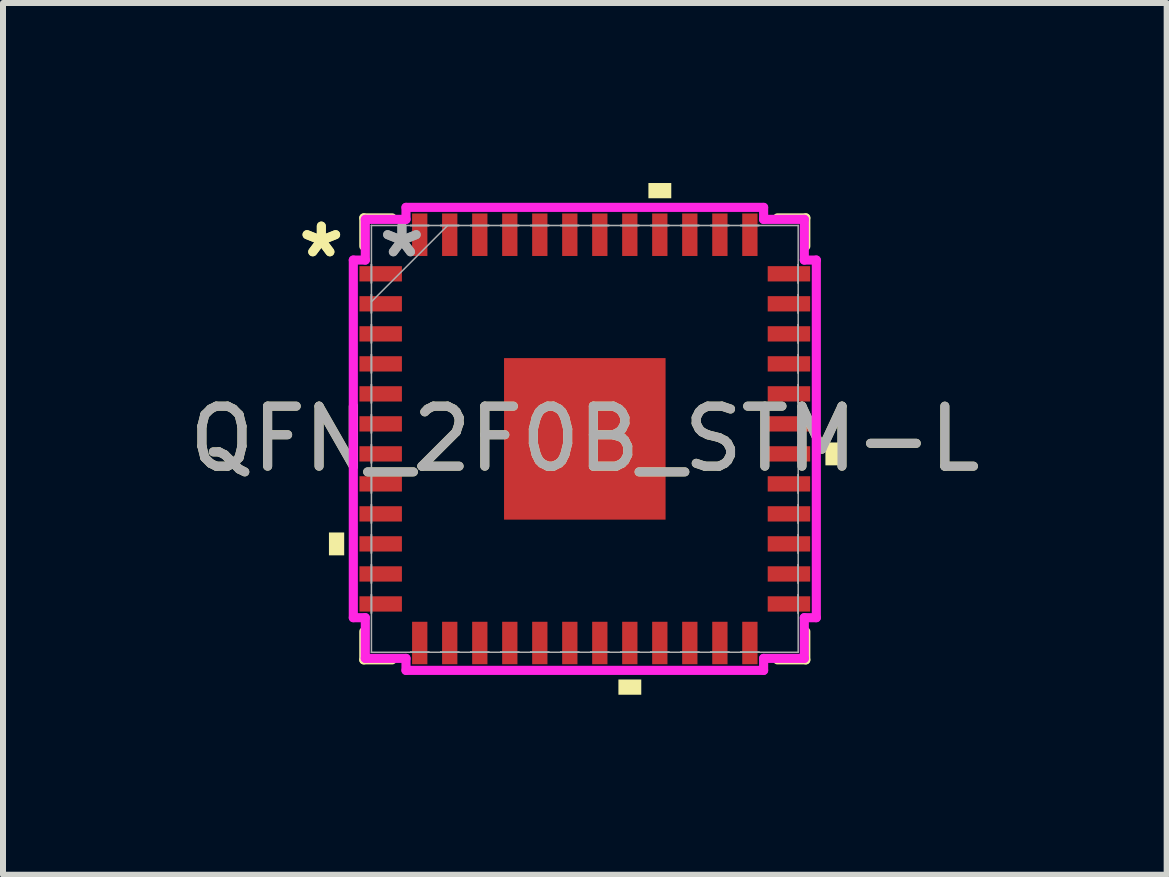
<source format=kicad_pcb>
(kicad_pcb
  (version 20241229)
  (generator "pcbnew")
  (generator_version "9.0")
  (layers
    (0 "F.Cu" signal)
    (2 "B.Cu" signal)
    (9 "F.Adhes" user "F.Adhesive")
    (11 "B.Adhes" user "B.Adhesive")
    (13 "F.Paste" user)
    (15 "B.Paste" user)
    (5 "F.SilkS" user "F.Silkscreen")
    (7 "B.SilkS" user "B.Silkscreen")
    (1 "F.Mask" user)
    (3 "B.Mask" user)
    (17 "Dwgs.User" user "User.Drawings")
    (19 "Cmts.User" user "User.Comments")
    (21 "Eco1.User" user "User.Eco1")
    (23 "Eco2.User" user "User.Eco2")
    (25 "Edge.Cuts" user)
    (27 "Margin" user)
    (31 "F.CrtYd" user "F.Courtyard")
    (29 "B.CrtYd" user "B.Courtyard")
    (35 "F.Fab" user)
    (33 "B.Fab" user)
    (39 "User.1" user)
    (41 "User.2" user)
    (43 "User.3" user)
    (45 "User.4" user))
  (footprint "QFN_2F0B_STM-L"
    (layer "F.Cu")
    (at 6.696 4.264)
    (property "Reference" "QFN_2F0B_STM-L" (at 0 0 0) (unlocked yes) (layer "F.SilkS") (effects (font (size 1 1) (thickness 0.15))))
    (attr smd)
    (fp_line (start -3.683 -3.683) (end -3.683 -3.211) (stroke (width 0.152) (type solid)) (layer "F.SilkS"))
    (fp_line (start -3.683 3.211) (end -3.683 3.683) (stroke (width 0.152) (type solid)) (layer "F.SilkS"))
    (fp_line (start -3.683 3.683) (end -3.211 3.683) (stroke (width 0.152) (type solid)) (layer "F.SilkS"))
    (fp_line (start -3.211 -3.683) (end -3.683 -3.683) (stroke (width 0.152) (type solid)) (layer "F.SilkS"))
    (fp_line (start 3.211 3.683) (end 3.683 3.683) (stroke (width 0.152) (type solid)) (layer "F.SilkS"))
    (fp_line (start 3.683 -3.683) (end 3.211 -3.683) (stroke (width 0.152) (type solid)) (layer "F.SilkS"))
    (fp_line (start 3.683 -3.211) (end 3.683 -3.683) (stroke (width 0.152) (type solid)) (layer "F.SilkS"))
    (fp_line (start 3.683 3.683) (end 3.683 3.211) (stroke (width 0.152) (type solid)) (layer "F.SilkS"))
    (fp_poly (pts (xy -4.264 1.56) (xy -4.264 1.941) (xy -4.01 1.941) (xy -4.01 1.56)) (stroke (width 0) (type solid)) (fill yes) (layer "F.SilkS"))
    (fp_poly (pts (xy 0.56 4.01) (xy 0.56 4.264) (xy 0.941 4.264) (xy 0.941 4.01)) (stroke (width 0) (type solid)) (fill yes) (layer "F.SilkS"))
    (fp_poly (pts (xy 1.06 -4.01) (xy 1.06 -4.264) (xy 1.441 -4.264) (xy 1.441 -4.01)) (stroke (width 0) (type solid)) (fill yes) (layer "F.SilkS"))
    (fp_poly (pts (xy 4.264 0.06) (xy 4.264 0.441) (xy 4.01 0.441) (xy 4.01 0.06)) (stroke (width 0) (type solid)) (fill yes) (layer "F.SilkS"))
    (fp_poly (pts (xy -1.246 -1.246) (xy -1.246 -0.1) (xy -0.1 -0.1) (xy -0.1 -1.246)) (stroke (width 0) (type solid)) (fill yes) (layer "F.Paste"))
    (fp_poly (pts (xy -1.246 0.1) (xy -1.246 1.246) (xy -0.1 1.246) (xy -0.1 0.1)) (stroke (width 0) (type solid)) (fill yes) (layer "F.Paste"))
    (fp_poly (pts (xy 0.1 -1.246) (xy 0.1 -0.1) (xy 1.246 -0.1) (xy 1.246 -1.246)) (stroke (width 0) (type solid)) (fill yes) (layer "F.Paste"))
    (fp_poly (pts (xy 0.1 0.1) (xy 0.1 1.246) (xy 1.246 1.246) (xy 1.246 0.1)) (stroke (width 0) (type solid)) (fill yes) (layer "F.Paste"))
    (fp_line (start -3.858 -2.98) (end -3.658 -2.98) (stroke (width 0.152) (type solid)) (layer "F.CrtYd"))
    (fp_line (start -3.858 2.98) (end -3.858 -2.98) (stroke (width 0.152) (type solid)) (layer "F.CrtYd"))
    (fp_line (start -3.658 -3.658) (end -2.98 -3.658) (stroke (width 0.152) (type solid)) (layer "F.CrtYd"))
    (fp_line (start -3.658 -2.98) (end -3.658 -3.658) (stroke (width 0.152) (type solid)) (layer "F.CrtYd"))
    (fp_line (start -3.658 2.98) (end -3.858 2.98) (stroke (width 0.152) (type solid)) (layer "F.CrtYd"))
    (fp_line (start -3.658 3.658) (end -3.658 2.98) (stroke (width 0.152) (type solid)) (layer "F.CrtYd"))
    (fp_line (start -2.98 -3.858) (end 2.98 -3.858) (stroke (width 0.152) (type solid)) (layer "F.CrtYd"))
    (fp_line (start -2.98 -3.658) (end -2.98 -3.858) (stroke (width 0.152) (type solid)) (layer "F.CrtYd"))
    (fp_line (start -2.98 3.658) (end -3.658 3.658) (stroke (width 0.152) (type solid)) (layer "F.CrtYd"))
    (fp_line (start -2.98 3.858) (end -2.98 3.658) (stroke (width 0.152) (type solid)) (layer "F.CrtYd"))
    (fp_line (start 2.98 -3.858) (end 2.98 -3.658) (stroke (width 0.152) (type solid)) (layer "F.CrtYd"))
    (fp_line (start 2.98 -3.658) (end 3.658 -3.658) (stroke (width 0.152) (type solid)) (layer "F.CrtYd"))
    (fp_line (start 2.98 3.658) (end 2.98 3.858) (stroke (width 0.152) (type solid)) (layer "F.CrtYd"))
    (fp_line (start 2.98 3.858) (end -2.98 3.858) (stroke (width 0.152) (type solid)) (layer "F.CrtYd"))
    (fp_line (start 3.658 -3.658) (end 3.658 -2.98) (stroke (width 0.152) (type solid)) (layer "F.CrtYd"))
    (fp_line (start 3.658 -2.98) (end 3.858 -2.98) (stroke (width 0.152) (type solid)) (layer "F.CrtYd"))
    (fp_line (start 3.658 2.98) (end 3.658 3.658) (stroke (width 0.152) (type solid)) (layer "F.CrtYd"))
    (fp_line (start 3.658 3.658) (end 2.98 3.658) (stroke (width 0.152) (type solid)) (layer "F.CrtYd"))
    (fp_line (start 3.858 -2.98) (end 3.858 2.98) (stroke (width 0.152) (type solid)) (layer "F.CrtYd"))
    (fp_line (start 3.858 2.98) (end 3.658 2.98) (stroke (width 0.152) (type solid)) (layer "F.CrtYd"))
    (fp_line (start -3.556 -3.556) (end -3.556 -3.556) (stroke (width 0.025) (type solid)) (layer "F.Fab"))
    (fp_line (start -3.556 -3.556) (end -3.556 3.556) (stroke (width 0.025) (type solid)) (layer "F.Fab"))
    (fp_line (start -3.556 -2.903) (end -3.556 -2.903) (stroke (width 0.025) (type solid)) (layer "F.Fab"))
    (fp_line (start -3.556 -2.903) (end -3.556 -2.598) (stroke (width 0.025) (type solid)) (layer "F.Fab"))
    (fp_line (start -3.556 -2.598) (end -3.556 -2.903) (stroke (width 0.025) (type solid)) (layer "F.Fab"))
    (fp_line (start -3.556 -2.598) (end -3.556 -2.598) (stroke (width 0.025) (type solid)) (layer "F.Fab"))
    (fp_line (start -3.556 -2.403) (end -3.556 -2.403) (stroke (width 0.025) (type solid)) (layer "F.Fab"))
    (fp_line (start -3.556 -2.403) (end -3.556 -2.098) (stroke (width 0.025) (type solid)) (layer "F.Fab"))
    (fp_line (start -3.556 -2.286) (end -2.286 -3.556) (stroke (width 0.025) (type solid)) (layer "F.Fab"))
    (fp_line (start -3.556 -2.098) (end -3.556 -2.403) (stroke (width 0.025) (type solid)) (layer "F.Fab"))
    (fp_line (start -3.556 -2.098) (end -3.556 -2.098) (stroke (width 0.025) (type solid)) (layer "F.Fab"))
    (fp_line (start -3.556 -1.903) (end -3.556 -1.903) (stroke (width 0.025) (type solid)) (layer "F.Fab"))
    (fp_line (start -3.556 -1.903) (end -3.556 -1.598) (stroke (width 0.025) (type solid)) (layer "F.Fab"))
    (fp_line (start -3.556 -1.598) (end -3.556 -1.903) (stroke (width 0.025) (type solid)) (layer "F.Fab"))
    (fp_line (start -3.556 -1.598) (end -3.556 -1.598) (stroke (width 0.025) (type solid)) (layer "F.Fab"))
    (fp_line (start -3.556 -1.403) (end -3.556 -1.403) (stroke (width 0.025) (type solid)) (layer "F.Fab"))
    (fp_line (start -3.556 -1.403) (end -3.556 -1.098) (stroke (width 0.025) (type solid)) (layer "F.Fab"))
    (fp_line (start -3.556 -1.098) (end -3.556 -1.403) (stroke (width 0.025) (type solid)) (layer "F.Fab"))
    (fp_line (start -3.556 -1.098) (end -3.556 -1.098) (stroke (width 0.025) (type solid)) (layer "F.Fab"))
    (fp_line (start -3.556 -0.903) (end -3.556 -0.903) (stroke (width 0.025) (type solid)) (layer "F.Fab"))
    (fp_line (start -3.556 -0.903) (end -3.556 -0.598) (stroke (width 0.025) (type solid)) (layer "F.Fab"))
    (fp_line (start -3.556 -0.598) (end -3.556 -0.903) (stroke (width 0.025) (type solid)) (layer "F.Fab"))
    (fp_line (start -3.556 -0.598) (end -3.556 -0.598) (stroke (width 0.025) (type solid)) (layer "F.Fab"))
    (fp_line (start -3.556 -0.402) (end -3.556 -0.402) (stroke (width 0.025) (type solid)) (layer "F.Fab"))
    (fp_line (start -3.556 -0.402) (end -3.556 -0.098) (stroke (width 0.025) (type solid)) (layer "F.Fab"))
    (fp_line (start -3.556 -0.098) (end -3.556 -0.402) (stroke (width 0.025) (type solid)) (layer "F.Fab"))
    (fp_line (start -3.556 -0.098) (end -3.556 -0.098) (stroke (width 0.025) (type solid)) (layer "F.Fab"))
    (fp_line (start -3.556 0.098) (end -3.556 0.098) (stroke (width 0.025) (type solid)) (layer "F.Fab"))
    (fp_line (start -3.556 0.098) (end -3.556 0.402) (stroke (width 0.025) (type solid)) (layer "F.Fab"))
    (fp_line (start -3.556 0.402) (end -3.556 0.098) (stroke (width 0.025) (type solid)) (layer "F.Fab"))
    (fp_line (start -3.556 0.402) (end -3.556 0.402) (stroke (width 0.025) (type solid)) (layer "F.Fab"))
    (fp_line (start -3.556 0.598) (end -3.556 0.598) (stroke (width 0.025) (type solid)) (layer "F.Fab"))
    (fp_line (start -3.556 0.598) (end -3.556 0.903) (stroke (width 0.025) (type solid)) (layer "F.Fab"))
    (fp_line (start -3.556 0.903) (end -3.556 0.598) (stroke (width 0.025) (type solid)) (layer "F.Fab"))
    (fp_line (start -3.556 0.903) (end -3.556 0.903) (stroke (width 0.025) (type solid)) (layer "F.Fab"))
    (fp_line (start -3.556 1.098) (end -3.556 1.098) (stroke (width 0.025) (type solid)) (layer "F.Fab"))
    (fp_line (start -3.556 1.098) (end -3.556 1.403) (stroke (width 0.025) (type solid)) (layer "F.Fab"))
    (fp_line (start -3.556 1.403) (end -3.556 1.098) (stroke (width 0.025) (type solid)) (layer "F.Fab"))
    (fp_line (start -3.556 1.403) (end -3.556 1.403) (stroke (width 0.025) (type solid)) (layer "F.Fab"))
    (fp_line (start -3.556 1.598) (end -3.556 1.598) (stroke (width 0.025) (type solid)) (layer "F.Fab"))
    (fp_line (start -3.556 1.598) (end -3.556 1.903) (stroke (width 0.025) (type solid)) (layer "F.Fab"))
    (fp_line (start -3.556 1.903) (end -3.556 1.598) (stroke (width 0.025) (type solid)) (layer "F.Fab"))
    (fp_line (start -3.556 1.903) (end -3.556 1.903) (stroke (width 0.025) (type solid)) (layer "F.Fab"))
    (fp_line (start -3.556 2.098) (end -3.556 2.098) (stroke (width 0.025) (type solid)) (layer "F.Fab"))
    (fp_line (start -3.556 2.098) (end -3.556 2.403) (stroke (width 0.025) (type solid)) (layer "F.Fab"))
    (fp_line (start -3.556 2.403) (end -3.556 2.098) (stroke (width 0.025) (type solid)) (layer "F.Fab"))
    (fp_line (start -3.556 2.403) (end -3.556 2.403) (stroke (width 0.025) (type solid)) (layer "F.Fab"))
    (fp_line (start -3.556 2.598) (end -3.556 2.598) (stroke (width 0.025) (type solid)) (layer "F.Fab"))
    (fp_line (start -3.556 2.598) (end -3.556 2.903) (stroke (width 0.025) (type solid)) (layer "F.Fab"))
    (fp_line (start -3.556 2.903) (end -3.556 2.598) (stroke (width 0.025) (type solid)) (layer "F.Fab"))
    (fp_line (start -3.556 2.903) (end -3.556 2.903) (stroke (width 0.025) (type solid)) (layer "F.Fab"))
    (fp_line (start -3.556 3.556) (end -3.556 3.556) (stroke (width 0.025) (type solid)) (layer "F.Fab"))
    (fp_line (start -3.556 3.556) (end 3.556 3.556) (stroke (width 0.025) (type solid)) (layer "F.Fab"))
    (fp_line (start -2.903 -3.556) (end -2.903 -3.556) (stroke (width 0.025) (type solid)) (layer "F.Fab"))
    (fp_line (start -2.903 -3.556) (end -2.598 -3.556) (stroke (width 0.025) (type solid)) (layer "F.Fab"))
    (fp_line (start -2.903 3.556) (end -2.903 3.556) (stroke (width 0.025) (type solid)) (layer "F.Fab"))
    (fp_line (start -2.903 3.556) (end -2.598 3.556) (stroke (width 0.025) (type solid)) (layer "F.Fab"))
    (fp_line (start -2.598 -3.556) (end -2.903 -3.556) (stroke (width 0.025) (type solid)) (layer "F.Fab"))
    (fp_line (start -2.598 -3.556) (end -2.598 -3.556) (stroke (width 0.025) (type solid)) (layer "F.Fab"))
    (fp_line (start -2.598 3.556) (end -2.903 3.556) (stroke (width 0.025) (type solid)) (layer "F.Fab"))
    (fp_line (start -2.598 3.556) (end -2.598 3.556) (stroke (width 0.025) (type solid)) (layer "F.Fab"))
    (fp_line (start -2.403 -3.556) (end -2.403 -3.556) (stroke (width 0.025) (type solid)) (layer "F.Fab"))
    (fp_line (start -2.403 -3.556) (end -2.098 -3.556) (stroke (width 0.025) (type solid)) (layer "F.Fab"))
    (fp_line (start -2.403 3.556) (end -2.403 3.556) (stroke (width 0.025) (type solid)) (layer "F.Fab"))
    (fp_line (start -2.403 3.556) (end -2.098 3.556) (stroke (width 0.025) (type solid)) (layer "F.Fab"))
    (fp_line (start -2.098 -3.556) (end -2.403 -3.556) (stroke (width 0.025) (type solid)) (layer "F.Fab"))
    (fp_line (start -2.098 -3.556) (end -2.098 -3.556) (stroke (width 0.025) (type solid)) (layer "F.Fab"))
    (fp_line (start -2.098 3.556) (end -2.403 3.556) (stroke (width 0.025) (type solid)) (layer "F.Fab"))
    (fp_line (start -2.098 3.556) (end -2.098 3.556) (stroke (width 0.025) (type solid)) (layer "F.Fab"))
    (fp_line (start -1.903 -3.556) (end -1.903 -3.556) (stroke (width 0.025) (type solid)) (layer "F.Fab"))
    (fp_line (start -1.903 -3.556) (end -1.598 -3.556) (stroke (width 0.025) (type solid)) (layer "F.Fab"))
    (fp_line (start -1.903 3.556) (end -1.903 3.556) (stroke (width 0.025) (type solid)) (layer "F.Fab"))
    (fp_line (start -1.903 3.556) (end -1.598 3.556) (stroke (width 0.025) (type solid)) (layer "F.Fab"))
    (fp_line (start -1.598 -3.556) (end -1.903 -3.556) (stroke (width 0.025) (type solid)) (layer "F.Fab"))
    (fp_line (start -1.598 -3.556) (end -1.598 -3.556) (stroke (width 0.025) (type solid)) (layer "F.Fab"))
    (fp_line (start -1.598 3.556) (end -1.903 3.556) (stroke (width 0.025) (type solid)) (layer "F.Fab"))
    (fp_line (start -1.598 3.556) (end -1.598 3.556) (stroke (width 0.025) (type solid)) (layer "F.Fab"))
    (fp_line (start -1.403 -3.556) (end -1.403 -3.556) (stroke (width 0.025) (type solid)) (layer "F.Fab"))
    (fp_line (start -1.403 -3.556) (end -1.098 -3.556) (stroke (width 0.025) (type solid)) (layer "F.Fab"))
    (fp_line (start -1.403 3.556) (end -1.403 3.556) (stroke (width 0.025) (type solid)) (layer "F.Fab"))
    (fp_line (start -1.403 3.556) (end -1.098 3.556) (stroke (width 0.025) (type solid)) (layer "F.Fab"))
    (fp_line (start -1.098 -3.556) (end -1.403 -3.556) (stroke (width 0.025) (type solid)) (layer "F.Fab"))
    (fp_line (start -1.098 -3.556) (end -1.098 -3.556) (stroke (width 0.025) (type solid)) (layer "F.Fab"))
    (fp_line (start -1.098 3.556) (end -1.403 3.556) (stroke (width 0.025) (type solid)) (layer "F.Fab"))
    (fp_line (start -1.098 3.556) (end -1.098 3.556) (stroke (width 0.025) (type solid)) (layer "F.Fab"))
    (fp_line (start -0.903 -3.556) (end -0.903 -3.556) (stroke (width 0.025) (type solid)) (layer "F.Fab"))
    (fp_line (start -0.903 -3.556) (end -0.598 -3.556) (stroke (width 0.025) (type solid)) (layer "F.Fab"))
    (fp_line (start -0.903 3.556) (end -0.903 3.556) (stroke (width 0.025) (type solid)) (layer "F.Fab"))
    (fp_line (start -0.903 3.556) (end -0.598 3.556) (stroke (width 0.025) (type solid)) (layer "F.Fab"))
    (fp_line (start -0.598 -3.556) (end -0.903 -3.556) (stroke (width 0.025) (type solid)) (layer "F.Fab"))
    (fp_line (start -0.598 -3.556) (end -0.598 -3.556) (stroke (width 0.025) (type solid)) (layer "F.Fab"))
    (fp_line (start -0.598 3.556) (end -0.903 3.556) (stroke (width 0.025) (type solid)) (layer "F.Fab"))
    (fp_line (start -0.598 3.556) (end -0.598 3.556) (stroke (width 0.025) (type solid)) (layer "F.Fab"))
    (fp_line (start -0.402 -3.556) (end -0.402 -3.556) (stroke (width 0.025) (type solid)) (layer "F.Fab"))
    (fp_line (start -0.402 -3.556) (end -0.098 -3.556) (stroke (width 0.025) (type solid)) (layer "F.Fab"))
    (fp_line (start -0.402 3.556) (end -0.402 3.556) (stroke (width 0.025) (type solid)) (layer "F.Fab"))
    (fp_line (start -0.402 3.556) (end -0.098 3.556) (stroke (width 0.025) (type solid)) (layer "F.Fab"))
    (fp_line (start -0.098 -3.556) (end -0.402 -3.556) (stroke (width 0.025) (type solid)) (layer "F.Fab"))
    (fp_line (start -0.098 -3.556) (end -0.098 -3.556) (stroke (width 0.025) (type solid)) (layer "F.Fab"))
    (fp_line (start -0.098 3.556) (end -0.402 3.556) (stroke (width 0.025) (type solid)) (layer "F.Fab"))
    (fp_line (start -0.098 3.556) (end -0.098 3.556) (stroke (width 0.025) (type solid)) (layer "F.Fab"))
    (fp_line (start 0.098 -3.556) (end 0.098 -3.556) (stroke (width 0.025) (type solid)) (layer "F.Fab"))
    (fp_line (start 0.098 -3.556) (end 0.402 -3.556) (stroke (width 0.025) (type solid)) (layer "F.Fab"))
    (fp_line (start 0.098 3.556) (end 0.098 3.556) (stroke (width 0.025) (type solid)) (layer "F.Fab"))
    (fp_line (start 0.098 3.556) (end 0.402 3.556) (stroke (width 0.025) (type solid)) (layer "F.Fab"))
    (fp_line (start 0.402 -3.556) (end 0.098 -3.556) (stroke (width 0.025) (type solid)) (layer "F.Fab"))
    (fp_line (start 0.402 -3.556) (end 0.402 -3.556) (stroke (width 0.025) (type solid)) (layer "F.Fab"))
    (fp_line (start 0.402 3.556) (end 0.098 3.556) (stroke (width 0.025) (type solid)) (layer "F.Fab"))
    (fp_line (start 0.402 3.556) (end 0.402 3.556) (stroke (width 0.025) (type solid)) (layer "F.Fab"))
    (fp_line (start 0.598 -3.556) (end 0.598 -3.556) (stroke (width 0.025) (type solid)) (layer "F.Fab"))
    (fp_line (start 0.598 -3.556) (end 0.903 -3.556) (stroke (width 0.025) (type solid)) (layer "F.Fab"))
    (fp_line (start 0.598 3.556) (end 0.598 3.556) (stroke (width 0.025) (type solid)) (layer "F.Fab"))
    (fp_line (start 0.598 3.556) (end 0.903 3.556) (stroke (width 0.025) (type solid)) (layer "F.Fab"))
    (fp_line (start 0.903 -3.556) (end 0.598 -3.556) (stroke (width 0.025) (type solid)) (layer "F.Fab"))
    (fp_line (start 0.903 -3.556) (end 0.903 -3.556) (stroke (width 0.025) (type solid)) (layer "F.Fab"))
    (fp_line (start 0.903 3.556) (end 0.598 3.556) (stroke (width 0.025) (type solid)) (layer "F.Fab"))
    (fp_line (start 0.903 3.556) (end 0.903 3.556) (stroke (width 0.025) (type solid)) (layer "F.Fab"))
    (fp_line (start 1.098 -3.556) (end 1.098 -3.556) (stroke (width 0.025) (type solid)) (layer "F.Fab"))
    (fp_line (start 1.098 -3.556) (end 1.403 -3.556) (stroke (width 0.025) (type solid)) (layer "F.Fab"))
    (fp_line (start 1.098 3.556) (end 1.098 3.556) (stroke (width 0.025) (type solid)) (layer "F.Fab"))
    (fp_line (start 1.098 3.556) (end 1.403 3.556) (stroke (width 0.025) (type solid)) (layer "F.Fab"))
    (fp_line (start 1.403 -3.556) (end 1.098 -3.556) (stroke (width 0.025) (type solid)) (layer "F.Fab"))
    (fp_line (start 1.403 -3.556) (end 1.403 -3.556) (stroke (width 0.025) (type solid)) (layer "F.Fab"))
    (fp_line (start 1.403 3.556) (end 1.098 3.556) (stroke (width 0.025) (type solid)) (layer "F.Fab"))
    (fp_line (start 1.403 3.556) (end 1.403 3.556) (stroke (width 0.025) (type solid)) (layer "F.Fab"))
    (fp_line (start 1.598 -3.556) (end 1.598 -3.556) (stroke (width 0.025) (type solid)) (layer "F.Fab"))
    (fp_line (start 1.598 -3.556) (end 1.903 -3.556) (stroke (width 0.025) (type solid)) (layer "F.Fab"))
    (fp_line (start 1.598 3.556) (end 1.598 3.556) (stroke (width 0.025) (type solid)) (layer "F.Fab"))
    (fp_line (start 1.598 3.556) (end 1.903 3.556) (stroke (width 0.025) (type solid)) (layer "F.Fab"))
    (fp_line (start 1.903 -3.556) (end 1.598 -3.556) (stroke (width 0.025) (type solid)) (layer "F.Fab"))
    (fp_line (start 1.903 -3.556) (end 1.903 -3.556) (stroke (width 0.025) (type solid)) (layer "F.Fab"))
    (fp_line (start 1.903 3.556) (end 1.598 3.556) (stroke (width 0.025) (type solid)) (layer "F.Fab"))
    (fp_line (start 1.903 3.556) (end 1.903 3.556) (stroke (width 0.025) (type solid)) (layer "F.Fab"))
    (fp_line (start 2.098 -3.556) (end 2.098 -3.556) (stroke (width 0.025) (type solid)) (layer "F.Fab"))
    (fp_line (start 2.098 -3.556) (end 2.403 -3.556) (stroke (width 0.025) (type solid)) (layer "F.Fab"))
    (fp_line (start 2.098 3.556) (end 2.098 3.556) (stroke (width 0.025) (type solid)) (layer "F.Fab"))
    (fp_line (start 2.098 3.556) (end 2.403 3.556) (stroke (width 0.025) (type solid)) (layer "F.Fab"))
    (fp_line (start 2.403 -3.556) (end 2.098 -3.556) (stroke (width 0.025) (type solid)) (layer "F.Fab"))
    (fp_line (start 2.403 -3.556) (end 2.403 -3.556) (stroke (width 0.025) (type solid)) (layer "F.Fab"))
    (fp_line (start 2.403 3.556) (end 2.098 3.556) (stroke (width 0.025) (type solid)) (layer "F.Fab"))
    (fp_line (start 2.403 3.556) (end 2.403 3.556) (stroke (width 0.025) (type solid)) (layer "F.Fab"))
    (fp_line (start 2.598 -3.556) (end 2.598 -3.556) (stroke (width 0.025) (type solid)) (layer "F.Fab"))
    (fp_line (start 2.598 -3.556) (end 2.903 -3.556) (stroke (width 0.025) (type solid)) (layer "F.Fab"))
    (fp_line (start 2.598 3.556) (end 2.598 3.556) (stroke (width 0.025) (type solid)) (layer "F.Fab"))
    (fp_line (start 2.598 3.556) (end 2.903 3.556) (stroke (width 0.025) (type solid)) (layer "F.Fab"))
    (fp_line (start 2.903 -3.556) (end 2.598 -3.556) (stroke (width 0.025) (type solid)) (layer "F.Fab"))
    (fp_line (start 2.903 -3.556) (end 2.903 -3.556) (stroke (width 0.025) (type solid)) (layer "F.Fab"))
    (fp_line (start 2.903 3.556) (end 2.598 3.556) (stroke (width 0.025) (type solid)) (layer "F.Fab"))
    (fp_line (start 2.903 3.556) (end 2.903 3.556) (stroke (width 0.025) (type solid)) (layer "F.Fab"))
    (fp_line (start 3.556 -3.556) (end -3.556 -3.556) (stroke (width 0.025) (type solid)) (layer "F.Fab"))
    (fp_line (start 3.556 -3.556) (end 3.556 -3.556) (stroke (width 0.025) (type solid)) (layer "F.Fab"))
    (fp_line (start 3.556 -2.903) (end 3.556 -2.903) (stroke (width 0.025) (type solid)) (layer "F.Fab"))
    (fp_line (start 3.556 -2.903) (end 3.556 -2.598) (stroke (width 0.025) (type solid)) (layer "F.Fab"))
    (fp_line (start 3.556 -2.598) (end 3.556 -2.903) (stroke (width 0.025) (type solid)) (layer "F.Fab"))
    (fp_line (start 3.556 -2.598) (end 3.556 -2.598) (stroke (width 0.025) (type solid)) (layer "F.Fab"))
    (fp_line (start 3.556 -2.403) (end 3.556 -2.403) (stroke (width 0.025) (type solid)) (layer "F.Fab"))
    (fp_line (start 3.556 -2.403) (end 3.556 -2.098) (stroke (width 0.025) (type solid)) (layer "F.Fab"))
    (fp_line (start 3.556 -2.098) (end 3.556 -2.403) (stroke (width 0.025) (type solid)) (layer "F.Fab"))
    (fp_line (start 3.556 -2.098) (end 3.556 -2.098) (stroke (width 0.025) (type solid)) (layer "F.Fab"))
    (fp_line (start 3.556 -1.903) (end 3.556 -1.903) (stroke (width 0.025) (type solid)) (layer "F.Fab"))
    (fp_line (start 3.556 -1.903) (end 3.556 -1.598) (stroke (width 0.025) (type solid)) (layer "F.Fab"))
    (fp_line (start 3.556 -1.598) (end 3.556 -1.903) (stroke (width 0.025) (type solid)) (layer "F.Fab"))
    (fp_line (start 3.556 -1.598) (end 3.556 -1.598) (stroke (width 0.025) (type solid)) (layer "F.Fab"))
    (fp_line (start 3.556 -1.403) (end 3.556 -1.403) (stroke (width 0.025) (type solid)) (layer "F.Fab"))
    (fp_line (start 3.556 -1.403) (end 3.556 -1.098) (stroke (width 0.025) (type solid)) (layer "F.Fab"))
    (fp_line (start 3.556 -1.098) (end 3.556 -1.403) (stroke (width 0.025) (type solid)) (layer "F.Fab"))
    (fp_line (start 3.556 -1.098) (end 3.556 -1.098) (stroke (width 0.025) (type solid)) (layer "F.Fab"))
    (fp_line (start 3.556 -0.903) (end 3.556 -0.903) (stroke (width 0.025) (type solid)) (layer "F.Fab"))
    (fp_line (start 3.556 -0.903) (end 3.556 -0.598) (stroke (width 0.025) (type solid)) (layer "F.Fab"))
    (fp_line (start 3.556 -0.598) (end 3.556 -0.903) (stroke (width 0.025) (type solid)) (layer "F.Fab"))
    (fp_line (start 3.556 -0.598) (end 3.556 -0.598) (stroke (width 0.025) (type solid)) (layer "F.Fab"))
    (fp_line (start 3.556 -0.402) (end 3.556 -0.402) (stroke (width 0.025) (type solid)) (layer "F.Fab"))
    (fp_line (start 3.556 -0.402) (end 3.556 -0.098) (stroke (width 0.025) (type solid)) (layer "F.Fab"))
    (fp_line (start 3.556 -0.098) (end 3.556 -0.402) (stroke (width 0.025) (type solid)) (layer "F.Fab"))
    (fp_line (start 3.556 -0.098) (end 3.556 -0.098) (stroke (width 0.025) (type solid)) (layer "F.Fab"))
    (fp_line (start 3.556 0.098) (end 3.556 0.098) (stroke (width 0.025) (type solid)) (layer "F.Fab"))
    (fp_line (start 3.556 0.098) (end 3.556 0.402) (stroke (width 0.025) (type solid)) (layer "F.Fab"))
    (fp_line (start 3.556 0.402) (end 3.556 0.098) (stroke (width 0.025) (type solid)) (layer "F.Fab"))
    (fp_line (start 3.556 0.402) (end 3.556 0.402) (stroke (width 0.025) (type solid)) (layer "F.Fab"))
    (fp_line (start 3.556 0.598) (end 3.556 0.598) (stroke (width 0.025) (type solid)) (layer "F.Fab"))
    (fp_line (start 3.556 0.598) (end 3.556 0.903) (stroke (width 0.025) (type solid)) (layer "F.Fab"))
    (fp_line (start 3.556 0.903) (end 3.556 0.598) (stroke (width 0.025) (type solid)) (layer "F.Fab"))
    (fp_line (start 3.556 0.903) (end 3.556 0.903) (stroke (width 0.025) (type solid)) (layer "F.Fab"))
    (fp_line (start 3.556 1.098) (end 3.556 1.098) (stroke (width 0.025) (type solid)) (layer "F.Fab"))
    (fp_line (start 3.556 1.098) (end 3.556 1.403) (stroke (width 0.025) (type solid)) (layer "F.Fab"))
    (fp_line (start 3.556 1.403) (end 3.556 1.098) (stroke (width 0.025) (type solid)) (layer "F.Fab"))
    (fp_line (start 3.556 1.403) (end 3.556 1.403) (stroke (width 0.025) (type solid)) (layer "F.Fab"))
    (fp_line (start 3.556 1.598) (end 3.556 1.598) (stroke (width 0.025) (type solid)) (layer "F.Fab"))
    (fp_line (start 3.556 1.598) (end 3.556 1.903) (stroke (width 0.025) (type solid)) (layer "F.Fab"))
    (fp_line (start 3.556 1.903) (end 3.556 1.598) (stroke (width 0.025) (type solid)) (layer "F.Fab"))
    (fp_line (start 3.556 1.903) (end 3.556 1.903) (stroke (width 0.025) (type solid)) (layer "F.Fab"))
    (fp_line (start 3.556 2.098) (end 3.556 2.098) (stroke (width 0.025) (type solid)) (layer "F.Fab"))
    (fp_line (start 3.556 2.098) (end 3.556 2.403) (stroke (width 0.025) (type solid)) (layer "F.Fab"))
    (fp_line (start 3.556 2.403) (end 3.556 2.098) (stroke (width 0.025) (type solid)) (layer "F.Fab"))
    (fp_line (start 3.556 2.403) (end 3.556 2.403) (stroke (width 0.025) (type solid)) (layer "F.Fab"))
    (fp_line (start 3.556 2.598) (end 3.556 2.598) (stroke (width 0.025) (type solid)) (layer "F.Fab"))
    (fp_line (start 3.556 2.598) (end 3.556 2.903) (stroke (width 0.025) (type solid)) (layer "F.Fab"))
    (fp_line (start 3.556 2.903) (end 3.556 2.598) (stroke (width 0.025) (type solid)) (layer "F.Fab"))
    (fp_line (start 3.556 2.903) (end 3.556 2.903) (stroke (width 0.025) (type solid)) (layer "F.Fab"))
    (fp_line (start 3.556 3.556) (end 3.556 -3.556) (stroke (width 0.025) (type solid)) (layer "F.Fab"))
    (fp_line (start 3.556 3.556) (end 3.556 3.556) (stroke (width 0.025) (type solid)) (layer "F.Fab"))
    (fp_text user "*" (at -4.391 -3.001 0) (unlocked yes) (layer "F.SilkS") (effects (font (size 1 1) (thickness 0.15))))
    (fp_text user "*" (at -4.391 -3.001 0) (layer "F.SilkS") (effects (font (size 1 1) (thickness 0.15))))
    (fp_text user "*" (at -3.048 -3.001 0) (layer "F.Fab") (effects (font (size 1 1) (thickness 0.15))))
    (fp_text user "*" (at -3.048 -3.001 0) (unlocked yes) (layer "F.Fab") (effects (font (size 1 1) (thickness 0.15))))
    (fp_text user "${REFERENCE}" (at 0 0 0) (unlocked yes) (layer "F.Fab") (effects (font (size 1 1) (thickness 0.15))))
    (pad "1" smd rect (at -3.402 -2.751 90) (size 0.255 0.708) (layers "F.Cu" "F.Mask" "F.Paste"))
    (pad "2" smd rect (at -3.402 -2.251 90) (size 0.255 0.708) (layers "F.Cu" "F.Mask" "F.Paste"))
    (pad "3" smd rect (at -3.402 -1.75 90) (size 0.255 0.708) (layers "F.Cu" "F.Mask" "F.Paste"))
    (pad "4" smd rect (at -3.402 -1.25 90) (size 0.255 0.708) (layers "F.Cu" "F.Mask" "F.Paste"))
    (pad "5" smd rect (at -3.402 -0.75 90) (size 0.255 0.708) (layers "F.Cu" "F.Mask" "F.Paste"))
    (pad "6" smd rect (at -3.402 -0.25 90) (size 0.255 0.708) (layers "F.Cu" "F.Mask" "F.Paste"))
    (pad "7" smd rect (at -3.402 0.25 90) (size 0.255 0.708) (layers "F.Cu" "F.Mask" "F.Paste"))
    (pad "8" smd rect (at -3.402 0.75 90) (size 0.255 0.708) (layers "F.Cu" "F.Mask" "F.Paste"))
    (pad "9" smd rect (at -3.402 1.25 90) (size 0.255 0.708) (layers "F.Cu" "F.Mask" "F.Paste"))
    (pad "10" smd rect (at -3.402 1.75 90) (size 0.255 0.708) (layers "F.Cu" "F.Mask" "F.Paste"))
    (pad "11" smd rect (at -3.402 2.251 90) (size 0.255 0.708) (layers "F.Cu" "F.Mask" "F.Paste"))
    (pad "12" smd rect (at -3.402 2.751 90) (size 0.255 0.708) (layers "F.Cu" "F.Mask" "F.Paste"))
    (pad "13" smd rect (at -2.751 3.402) (size 0.255 0.708) (layers "F.Cu" "F.Mask" "F.Paste"))
    (pad "14" smd rect (at -2.251 3.402) (size 0.255 0.708) (layers "F.Cu" "F.Mask" "F.Paste"))
    (pad "15" smd rect (at -1.75 3.402) (size 0.255 0.708) (layers "F.Cu" "F.Mask" "F.Paste"))
    (pad "16" smd rect (at -1.25 3.402) (size 0.255 0.708) (layers "F.Cu" "F.Mask" "F.Paste"))
    (pad "17" smd rect (at -0.75 3.402) (size 0.255 0.708) (layers "F.Cu" "F.Mask" "F.Paste"))
    (pad "18" smd rect (at -0.25 3.402) (size 0.255 0.708) (layers "F.Cu" "F.Mask" "F.Paste"))
    (pad "19" smd rect (at 0.25 3.402) (size 0.255 0.708) (layers "F.Cu" "F.Mask" "F.Paste"))
    (pad "20" smd rect (at 0.75 3.402) (size 0.255 0.708) (layers "F.Cu" "F.Mask" "F.Paste"))
    (pad "21" smd rect (at 1.25 3.402) (size 0.255 0.708) (layers "F.Cu" "F.Mask" "F.Paste"))
    (pad "22" smd rect (at 1.75 3.402) (size 0.255 0.708) (layers "F.Cu" "F.Mask" "F.Paste"))
    (pad "23" smd rect (at 2.251 3.402) (size 0.255 0.708) (layers "F.Cu" "F.Mask" "F.Paste"))
    (pad "24" smd rect (at 2.751 3.402) (size 0.255 0.708) (layers "F.Cu" "F.Mask" "F.Paste"))
    (pad "25" smd rect (at 3.402 2.751 90) (size 0.255 0.708) (layers "F.Cu" "F.Mask" "F.Paste"))
    (pad "26" smd rect (at 3.402 2.251 90) (size 0.255 0.708) (layers "F.Cu" "F.Mask" "F.Paste"))
    (pad "27" smd rect (at 3.402 1.75 90) (size 0.255 0.708) (layers "F.Cu" "F.Mask" "F.Paste"))
    (pad "28" smd rect (at 3.402 1.25 90) (size 0.255 0.708) (layers "F.Cu" "F.Mask" "F.Paste"))
    (pad "29" smd rect (at 3.402 0.75 90) (size 0.255 0.708) (layers "F.Cu" "F.Mask" "F.Paste"))
    (pad "30" smd rect (at 3.402 0.25 90) (size 0.255 0.708) (layers "F.Cu" "F.Mask" "F.Paste"))
    (pad "31" smd rect (at 3.402 -0.25 90) (size 0.255 0.708) (layers "F.Cu" "F.Mask" "F.Paste"))
    (pad "32" smd rect (at 3.402 -0.75 90) (size 0.255 0.708) (layers "F.Cu" "F.Mask" "F.Paste"))
    (pad "33" smd rect (at 3.402 -1.25 90) (size 0.255 0.708) (layers "F.Cu" "F.Mask" "F.Paste"))
    (pad "34" smd rect (at 3.402 -1.75 90) (size 0.255 0.708) (layers "F.Cu" "F.Mask" "F.Paste"))
    (pad "35" smd rect (at 3.402 -2.251 90) (size 0.255 0.708) (layers "F.Cu" "F.Mask" "F.Paste"))
    (pad "36" smd rect (at 3.402 -2.751 90) (size 0.255 0.708) (layers "F.Cu" "F.Mask" "F.Paste"))
    (pad "37" smd rect (at 2.751 -3.402) (size 0.255 0.708) (layers "F.Cu" "F.Mask" "F.Paste"))
    (pad "38" smd rect (at 2.251 -3.402) (size 0.255 0.708) (layers "F.Cu" "F.Mask" "F.Paste"))
    (pad "39" smd rect (at 1.75 -3.402) (size 0.255 0.708) (layers "F.Cu" "F.Mask" "F.Paste"))
    (pad "40" smd rect (at 1.25 -3.402) (size 0.255 0.708) (layers "F.Cu" "F.Mask" "F.Paste"))
    (pad "41" smd rect (at 0.75 -3.402) (size 0.255 0.708) (layers "F.Cu" "F.Mask" "F.Paste"))
    (pad "42" smd rect (at 0.25 -3.402) (size 0.255 0.708) (layers "F.Cu" "F.Mask" "F.Paste"))
    (pad "43" smd rect (at -0.25 -3.402) (size 0.255 0.708) (layers "F.Cu" "F.Mask" "F.Paste"))
    (pad "44" smd rect (at -0.75 -3.402) (size 0.255 0.708) (layers "F.Cu" "F.Mask" "F.Paste"))
    (pad "45" smd rect (at -1.25 -3.402) (size 0.255 0.708) (layers "F.Cu" "F.Mask" "F.Paste"))
    (pad "46" smd rect (at -1.75 -3.402) (size 0.255 0.708) (layers "F.Cu" "F.Mask" "F.Paste"))
    (pad "47" smd rect (at -2.251 -3.402) (size 0.255 0.708) (layers "F.Cu" "F.Mask" "F.Paste"))
    (pad "48" smd rect (at -2.751 -3.402) (size 0.255 0.708) (layers "F.Cu" "F.Mask" "F.Paste"))
    (pad "49" smd rect (at 0 0) (size 2.692 2.692) (layers "F.Cu" "F.Mask" "F.Paste")))
  (gr_rect
    (start -3 -3)
    (end 16.393 11.528)
    (stroke (width 0.1) (type default))
    (fill no)
    (layer "Edge.Cuts")))
</source>
